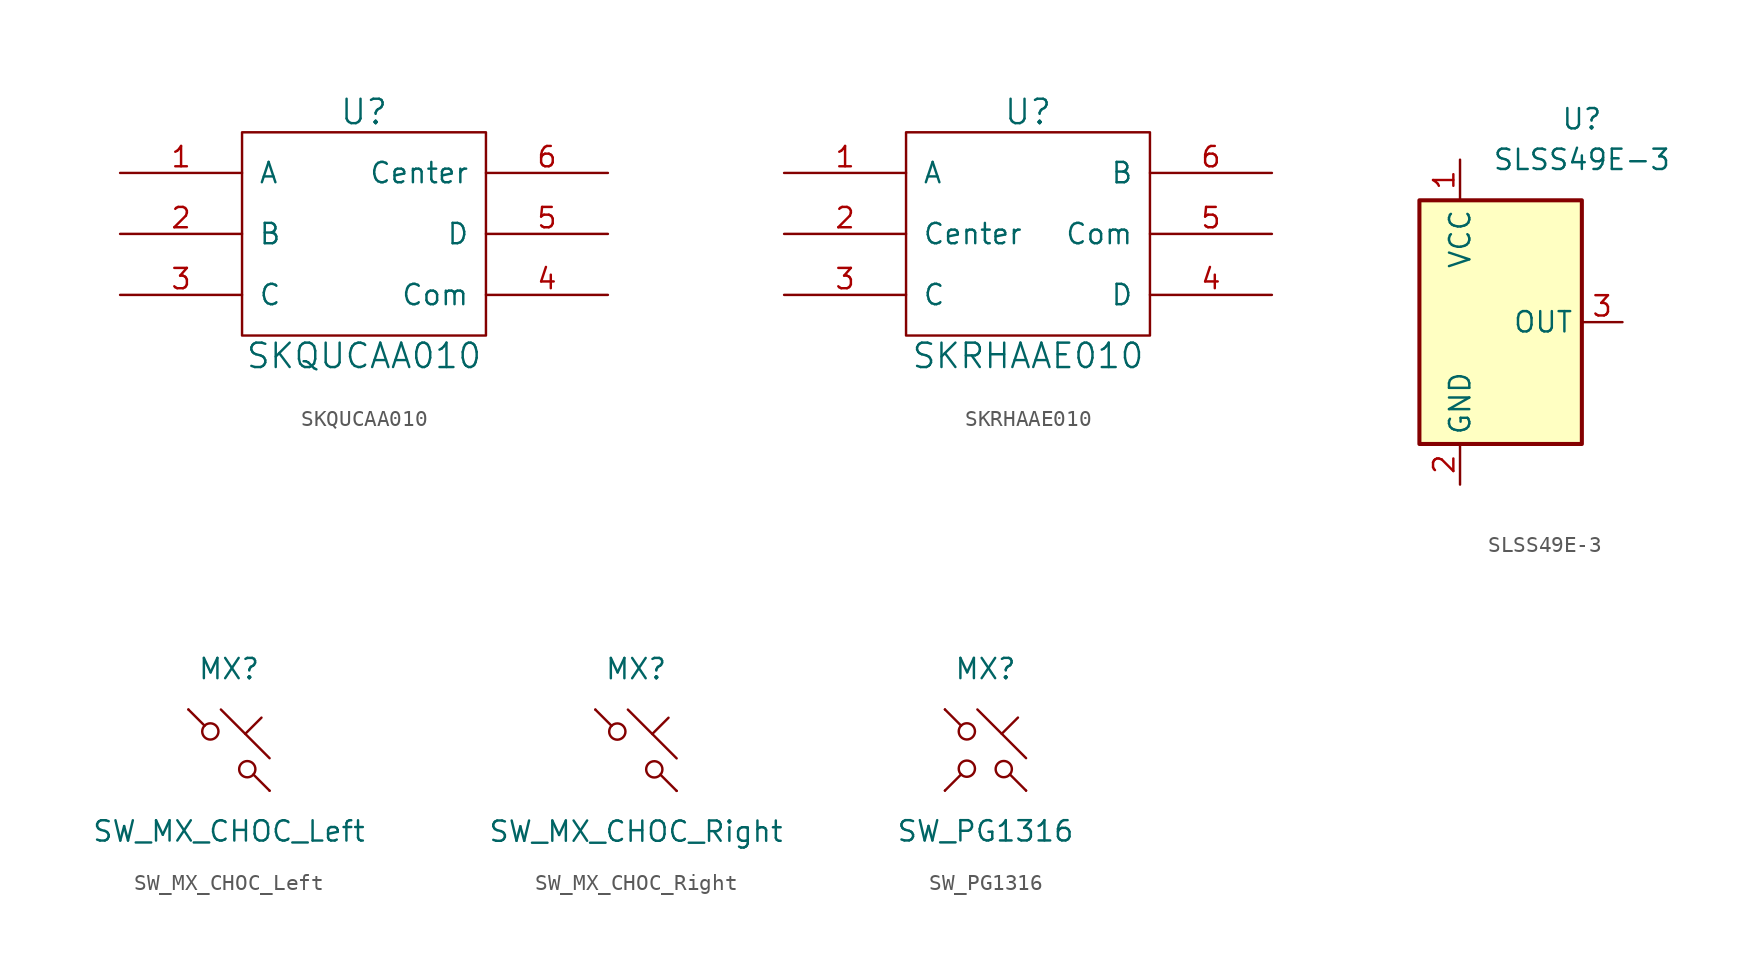
<source format=kicad_sym>
(kicad_symbol_lib
  (version 20231120)
  (generator "kicad_symbol_editor")
  (generator_version "8.0")
  (symbol "SKQUCAA010"
    (pin_names
      (offset 1.016))
    (property "Reference" "U"
      (at 0 7.62 0)
      (effects (font (size 1.524 1.524))))
    (property "Value" "SKQUCAA010"
      (at 0 -7.62 0)
      (effects (font (size 1.524 1.524))))
    (symbol "SKQUCAA010_0_1"
      (rectangle (start -7.62 6.35) (end 7.62 -6.35) (stroke (width 0) (type solid)) (fill (type none))))
    (symbol "SKQUCAA010_1_1"
      (pin bidirectional line (at -15.24 3.81 0) (length 7.62) (name "A" (effects (font (size 1.27 1.27)))) (number "1" (effects (font (size 1.27 1.27)))))
      (pin bidirectional line (at -15.24 0 0) (length 7.62) (name "B" (effects (font (size 1.27 1.27)))) (number "2" (effects (font (size 1.27 1.27)))))
      (pin bidirectional line (at -15.24 -3.81 0) (length 7.62) (name "C" (effects (font (size 1.27 1.27)))) (number "3" (effects (font (size 1.27 1.27)))))
      (pin power_in line (at 15.24 -3.81 180) (length 7.62) (name "Com" (effects (font (size 1.27 1.27)))) (number "4" (effects (font (size 1.27 1.27)))))
      (pin bidirectional line (at 15.24 0 180) (length 7.62) (name "D" (effects (font (size 1.27 1.27)))) (number "5" (effects (font (size 1.27 1.27)))))
      (pin bidirectional line (at 15.24 3.81 180) (length 7.62) (name "Center" (effects (font (size 1.27 1.27)))) (number "6" (effects (font (size 1.27 1.27)))))))
  (symbol "SKRHAAE010"
    (pin_names
      (offset 1.016))
    (property "Reference" "U"
      (at 0 7.62 0)
      (effects (font (size 1.524 1.524))))
    (property "Value" "SKRHAAE010"
      (at 0 -7.62 0)
      (effects (font (size 1.524 1.524))))
    (property "Footprint" ""
      (at 0 0 0)
      (effects (font (size 1.524 1.524))))
    (property "Datasheet" ""
      (at 0 0 0)
      (effects (font (size 1.524 1.524))))
    (symbol "SKRHAAE010_0_1"
      (rectangle (start -7.62 6.35) (end 7.62 -6.35) (stroke (width 0) (type solid)) (fill (type none))))
    (symbol "SKRHAAE010_1_1"
      (pin passive line (at -15.24 3.81 0) (length 7.62) (name "A" (effects (font (size 1.27 1.27)))) (number "1" (effects (font (size 1.27 1.27)))))
      (pin passive line (at -15.24 0 0) (length 7.62) (name "Center" (effects (font (size 1.27 1.27)))) (number "2" (effects (font (size 1.27 1.27)))))
      (pin passive line (at -15.24 -3.81 0) (length 7.62) (name "C" (effects (font (size 1.27 1.27)))) (number "3" (effects (font (size 1.27 1.27)))))
      (pin passive line (at 15.24 -3.81 180) (length 7.62) (name "D" (effects (font (size 1.27 1.27)))) (number "4" (effects (font (size 1.27 1.27)))))
      (pin passive line (at 15.24 0 180) (length 7.62) (name "Com" (effects (font (size 1.27 1.27)))) (number "5" (effects (font (size 1.27 1.27)))))
      (pin passive line (at 15.24 3.81 180) (length 7.62) (name "B" (effects (font (size 1.27 1.27)))) (number "6" (effects (font (size 1.27 1.27)))))))
  (symbol "SLSS49E-3"
    (property "Reference" "U"
      (at 5.08 12.7 0)
      (effects (font (size 1.27 1.27))))
    (property "Value" "SLSS49E-3"
      (at 5.08 10.16 0)
      (effects (font (size 1.27 1.27))))
    (symbol "SLSS49E-3_1_1"
      (rectangle (start -5.08 7.62) (end 5.08 -7.62) (stroke (width 0.254) (type default)) (fill (type background)))
      (pin power_in line (at -2.54 10.16 270) (length 2.54) (name "VCC" (effects (font (size 1.27 1.27)))) (number "1" (effects (font (size 1.27 1.27)))))
      (pin power_in line (at -2.54 -10.16 90) (length 2.54) (name "GND" (effects (font (size 1.27 1.27)))) (number "2" (effects (font (size 1.27 1.27)))))
      (pin output line (at 7.62 0 180) (length 2.54) (name "OUT" (effects (font (size 1.27 1.27)))) (number "3" (effects (font (size 1.27 1.27)))))))
  (symbol "SW_MX_CHOC_Left"
    (pin_numbers hide)
    (pin_names
      (offset 1.016) hide)
    (property "Reference" "MX"
      (at 0 5.08 0)
      (effects (font (size 1.27 1.27))))
    (property "Value" "SW_MX_CHOC_Left"
      (at 0 -5.08 0)
      (effects (font (size 1.27 1.27))))
    (symbol "SW_MX_CHOC_Left_0_1"
      (circle (center -1.168 1.168) (radius 0.508) (stroke (width 0) (type default)) (fill (type none)))
      (polyline (pts (xy -0.508 2.54) (xy 2.54 -0.508)) (stroke (width 0) (type default)) (fill (type none)))
      (polyline (pts (xy 1.016 1.016) (xy 2.032 2.032)) (stroke (width 0) (type default)) (fill (type none)))
      (polyline (pts (xy -2.54 2.54) (xy -1.524 1.524) (xy -1.524 1.524)) (stroke (width 0) (type default)) (fill (type none)))
      (polyline (pts (xy 1.524 -1.524) (xy 2.54 -2.54) (xy 2.54 -2.54) (xy 2.54 -2.54)) (stroke (width 0) (type default)) (fill (type none)))
      (circle (center 1.143 -1.194) (radius 0.508) (stroke (width 0) (type default)) (fill (type none)))
      (pin passive line (at 2.54 -2.54 180) (length 0) (name "1" (effects (font (size 1.27 1.27)))) (number "1" (effects (font (size 1.27 1.27)))))
      (pin passive line (at -2.54 2.54 0) (length 0) (name "2" (effects (font (size 1.27 1.27)))) (number "2" (effects (font (size 1.27 1.27)))))))
  (symbol "SW_MX_CHOC_Right"
    (pin_numbers hide)
    (pin_names
      (offset 1.016) hide)
    (property "Reference" "MX"
      (at 0 5.08 0)
      (effects (font (size 1.27 1.27))))
    (property "Value" "SW_MX_CHOC_Right"
      (at 0 -5.08 0)
      (effects (font (size 1.27 1.27))))
    (symbol "SW_MX_CHOC_Right_0_1"
      (circle (center -1.168 1.168) (radius 0.508) (stroke (width 0) (type default)) (fill (type none)))
      (polyline (pts (xy -0.508 2.54) (xy 2.54 -0.508)) (stroke (width 0) (type default)) (fill (type none)))
      (polyline (pts (xy 1.016 1.016) (xy 2.032 2.032)) (stroke (width 0) (type default)) (fill (type none)))
      (polyline (pts (xy -2.54 2.54) (xy -1.524 1.524) (xy -1.524 1.524)) (stroke (width 0) (type default)) (fill (type none)))
      (polyline (pts (xy 1.524 -1.524) (xy 2.54 -2.54) (xy 2.54 -2.54) (xy 2.54 -2.54)) (stroke (width 0) (type default)) (fill (type none)))
      (circle (center 1.143 -1.194) (radius 0.508) (stroke (width 0) (type default)) (fill (type none)))
      (pin passive line (at -2.54 2.54 0) (length 0) (name "1" (effects (font (size 1.27 1.27)))) (number "1" (effects (font (size 1.27 1.27)))))
      (pin passive line (at 2.54 -2.54 180) (length 0) (name "2" (effects (font (size 1.27 1.27)))) (number "2" (effects (font (size 1.27 1.27)))))))
  (symbol "SW_PG1316"
    (pin_numbers hide)
    (pin_names
      (offset 1.016) hide)
    (property "Reference" "MX"
      (at 0 5.08 0)
      (effects (font (size 1.27 1.27))))
    (property "Value" "SW_PG1316"
      (at 0 -5.08 0)
      (effects (font (size 1.27 1.27))))
    (symbol "SW_PG1316_0_1"
      (circle (center -1.168 -1.168) (radius 0.508) (stroke (width 0) (type default)) (fill (type none)))
      (circle (center -1.168 1.168) (radius 0.508) (stroke (width 0) (type default)) (fill (type none)))
      (polyline (pts (xy -0.508 2.54) (xy 2.54 -0.508)) (stroke (width 0) (type default)) (fill (type none)))
      (polyline (pts (xy 1.016 1.016) (xy 2.032 2.032)) (stroke (width 0) (type default)) (fill (type none)))
      (polyline (pts (xy -2.54 -2.54) (xy -1.524 -1.524) (xy -1.524 -1.524)) (stroke (width 0) (type default)) (fill (type none)))
      (polyline (pts (xy -2.54 2.54) (xy -1.524 1.524) (xy -1.524 1.524)) (stroke (width 0) (type default)) (fill (type none)))
      (polyline (pts (xy 1.524 -1.524) (xy 2.54 -2.54) (xy 2.54 -2.54) (xy 2.54 -2.54)) (stroke (width 0) (type default)) (fill (type none)))
      (circle (center 1.143 -1.194) (radius 0.508) (stroke (width 0) (type default)) (fill (type none))))
    (symbol "SW_PG1316_1_1"
      (pin passive line (at -2.54 2.54 0) (length 0) (name "1" (effects (font (size 1.27 1.27)))) (number "1" (effects (font (size 1.27 1.27)))))
      (pin passive line (at 2.54 -2.54 180) (length 0) (name "2" (effects (font (size 1.27 1.27)))) (number "2" (effects (font (size 1.27 1.27)))))
      (pin power_in line (at -2.54 -2.54 0) (length 0) (name "MP" (effects (font (size 1.27 1.27)))) (number "MP" (effects (font (size 1.27 1.27))))))))
</source>
